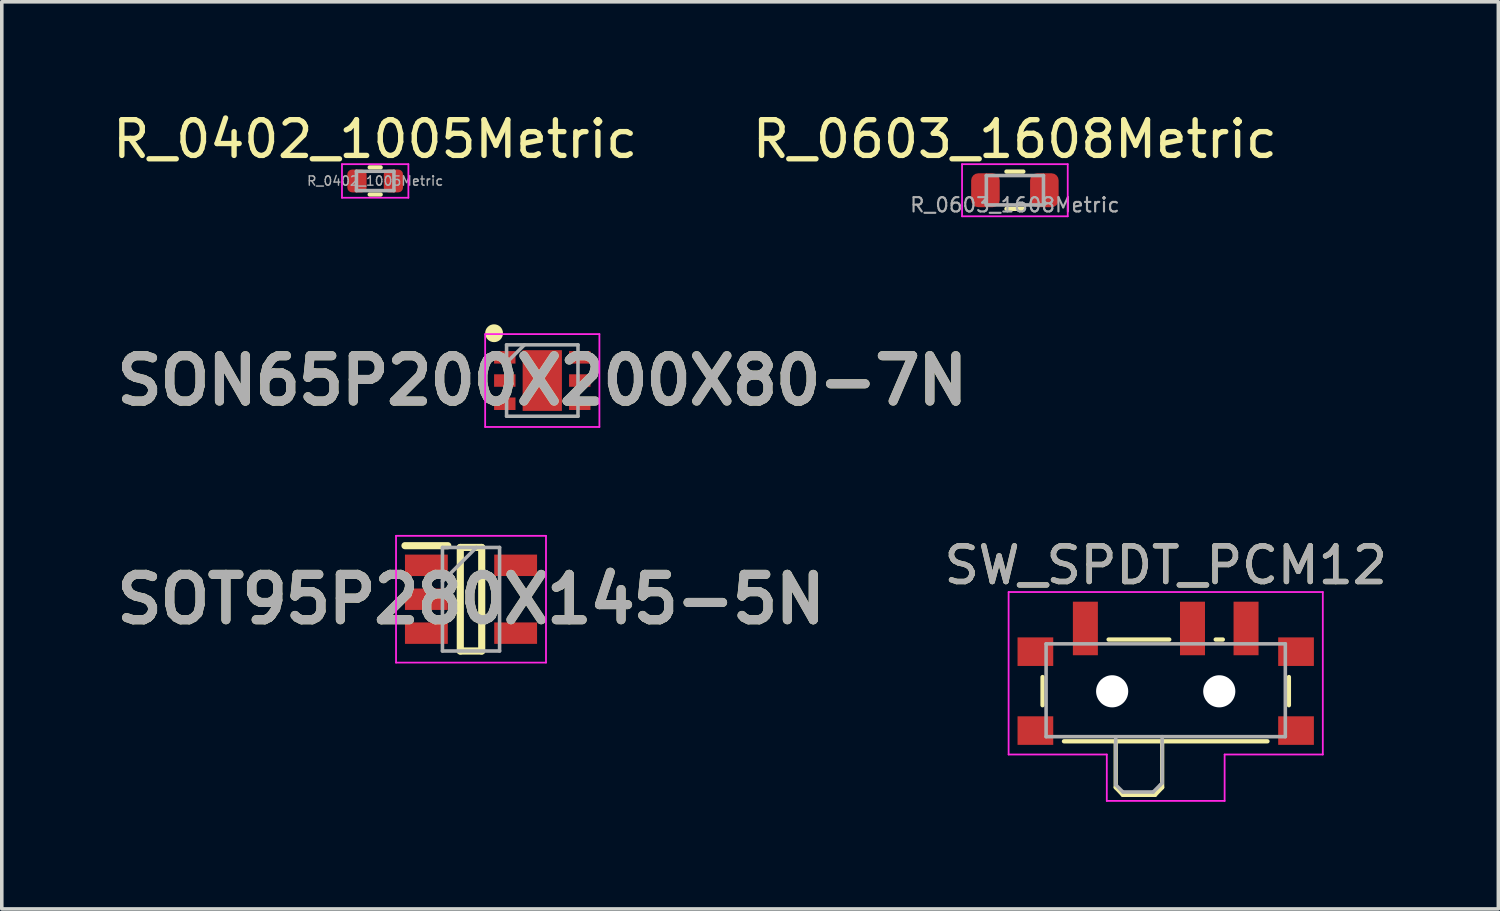
<source format=kicad_pcb>
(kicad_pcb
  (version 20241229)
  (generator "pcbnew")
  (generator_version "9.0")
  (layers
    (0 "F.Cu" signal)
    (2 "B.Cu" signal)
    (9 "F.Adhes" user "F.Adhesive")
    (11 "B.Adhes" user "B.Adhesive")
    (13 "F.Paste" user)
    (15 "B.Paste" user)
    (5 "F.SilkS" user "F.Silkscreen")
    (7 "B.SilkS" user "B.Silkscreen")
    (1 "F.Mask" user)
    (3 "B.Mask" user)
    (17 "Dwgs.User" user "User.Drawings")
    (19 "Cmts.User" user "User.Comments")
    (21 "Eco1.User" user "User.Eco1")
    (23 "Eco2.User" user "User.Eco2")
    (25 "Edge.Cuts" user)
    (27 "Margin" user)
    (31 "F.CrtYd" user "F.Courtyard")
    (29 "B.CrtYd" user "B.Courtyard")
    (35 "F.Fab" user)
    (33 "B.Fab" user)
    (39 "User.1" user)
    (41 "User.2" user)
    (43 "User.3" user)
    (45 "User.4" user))
  (footprint "R_0402_1005Metric"
    (layer "F.Cu")
    (at 7.458 2.018)
    (property "Reference" "R_0402_1005Metric" (at 0 -1.17 0) (layer "F.SilkS") (effects (font (size 1 1) (thickness 0.15))))
    (attr smd)
    (fp_line (start -0.154 -0.38) (end 0.154 -0.38) (stroke (width 0.12) (type solid)) (layer "F.SilkS"))
    (fp_line (start -0.154 0.38) (end 0.154 0.38) (stroke (width 0.12) (type solid)) (layer "F.SilkS"))
    (fp_line (start -0.93 -0.47) (end 0.93 -0.47) (stroke (width 0.05) (type solid)) (layer "F.CrtYd"))
    (fp_line (start -0.93 0.47) (end -0.93 -0.47) (stroke (width 0.05) (type solid)) (layer "F.CrtYd"))
    (fp_line (start 0.93 -0.47) (end 0.93 0.47) (stroke (width 0.05) (type solid)) (layer "F.CrtYd"))
    (fp_line (start 0.93 0.47) (end -0.93 0.47) (stroke (width 0.05) (type solid)) (layer "F.CrtYd"))
    (fp_line (start -0.525 -0.27) (end 0.525 -0.27) (stroke (width 0.1) (type solid)) (layer "F.Fab"))
    (fp_line (start -0.525 0.27) (end -0.525 -0.27) (stroke (width 0.1) (type solid)) (layer "F.Fab"))
    (fp_line (start 0.525 -0.27) (end 0.525 0.27) (stroke (width 0.1) (type solid)) (layer "F.Fab"))
    (fp_line (start 0.525 0.27) (end -0.525 0.27) (stroke (width 0.1) (type solid)) (layer "F.Fab"))
    (fp_text user "${REFERENCE}" (at 0 0 0) (layer "F.Fab") (effects (font (size 0.26 0.26) (thickness 0.04))))
    (pad "1" smd roundrect (at -0.51 0) (size 0.54 0.64) (layers "F.Cu" "F.Mask" "F.Paste") (roundrect_rratio 0.25))
    (pad "2" smd roundrect (at 0.51 0) (size 0.54 0.64) (layers "F.Cu" "F.Mask" "F.Paste") (roundrect_rratio 0.25)))
  (footprint "SOT95P280X145-5N"
    (layer "F.Cu")
    (at 10.142 13.733)
    (property "Reference" "SOT95P280X145-5N" (at 0 0 0) (layer "F.SilkS") (effects (font (size 1.27 1.27) (thickness 0.254))))
    (attr smd)
    (fp_line (start -1.85 -1.5) (end -0.65 -1.5) (stroke (width 0.2) (type solid)) (layer "F.SilkS"))
    (fp_line (start -0.3 -1.45) (end 0.3 -1.45) (stroke (width 0.2) (type solid)) (layer "F.SilkS"))
    (fp_line (start -0.3 1.45) (end -0.3 -1.45) (stroke (width 0.2) (type solid)) (layer "F.SilkS"))
    (fp_line (start 0.3 -1.45) (end 0.3 1.45) (stroke (width 0.2) (type solid)) (layer "F.SilkS"))
    (fp_line (start 0.3 1.45) (end -0.3 1.45) (stroke (width 0.2) (type solid)) (layer "F.SilkS"))
    (fp_line (start -2.1 -1.775) (end 2.1 -1.775) (stroke (width 0.05) (type solid)) (layer "F.CrtYd"))
    (fp_line (start -2.1 1.775) (end -2.1 -1.775) (stroke (width 0.05) (type solid)) (layer "F.CrtYd"))
    (fp_line (start 2.1 -1.775) (end 2.1 1.775) (stroke (width 0.05) (type solid)) (layer "F.CrtYd"))
    (fp_line (start 2.1 1.775) (end -2.1 1.775) (stroke (width 0.05) (type solid)) (layer "F.CrtYd"))
    (fp_line (start -0.8 -1.45) (end 0.8 -1.45) (stroke (width 0.1) (type solid)) (layer "F.Fab"))
    (fp_line (start -0.8 -0.5) (end 0.15 -1.45) (stroke (width 0.1) (type solid)) (layer "F.Fab"))
    (fp_line (start -0.8 1.45) (end -0.8 -1.45) (stroke (width 0.1) (type solid)) (layer "F.Fab"))
    (fp_line (start 0.8 -1.45) (end 0.8 1.45) (stroke (width 0.1) (type solid)) (layer "F.Fab"))
    (fp_line (start 0.8 1.45) (end -0.8 1.45) (stroke (width 0.1) (type solid)) (layer "F.Fab"))
    (fp_text user "${REFERENCE}" (at 0 0 0) (layer "F.Fab") (effects (font (size 1.27 1.27) (thickness 0.254))))
    (pad "1" smd rect (at -1.25 -0.95 90) (size 0.6 1.2) (layers "F.Cu" "F.Mask" "F.Paste"))
    (pad "2" smd rect (at -1.25 0 90) (size 0.6 1.2) (layers "F.Cu" "F.Mask" "F.Paste"))
    (pad "3" smd rect (at -1.25 0.95 90) (size 0.6 1.2) (layers "F.Cu" "F.Mask" "F.Paste"))
    (pad "4" smd rect (at 1.25 0.95 90) (size 0.6 1.2) (layers "F.Cu" "F.Mask" "F.Paste"))
    (pad "5" smd rect (at 1.25 -0.95 90) (size 0.6 1.2) (layers "F.Cu" "F.Mask" "F.Paste")))
  (footprint "R_0603_1608Metric"
    (layer "F.Cu")
    (at 25.375 2.278)
    (property "Reference" "R_0603_1608Metric" (at 0 -1.43 0) (layer "F.SilkS") (effects (font (size 1 1) (thickness 0.15))))
    (attr smd)
    (fp_line (start -0.237 -0.522) (end 0.237 -0.522) (stroke (width 0.12) (type solid)) (layer "F.SilkS"))
    (fp_line (start -0.237 0.522) (end 0.237 0.522) (stroke (width 0.12) (type solid)) (layer "F.SilkS"))
    (fp_line (start -1.48 -0.73) (end 1.48 -0.73) (stroke (width 0.05) (type solid)) (layer "F.CrtYd"))
    (fp_line (start -1.48 0.73) (end -1.48 -0.73) (stroke (width 0.05) (type solid)) (layer "F.CrtYd"))
    (fp_line (start 1.48 -0.73) (end 1.48 0.73) (stroke (width 0.05) (type solid)) (layer "F.CrtYd"))
    (fp_line (start 1.48 0.73) (end -1.48 0.73) (stroke (width 0.05) (type solid)) (layer "F.CrtYd"))
    (fp_line (start -0.8 -0.412) (end 0.8 -0.412) (stroke (width 0.1) (type solid)) (layer "F.Fab"))
    (fp_line (start -0.8 0.412) (end -0.8 -0.412) (stroke (width 0.1) (type solid)) (layer "F.Fab"))
    (fp_line (start 0.8 -0.412) (end 0.8 0.412) (stroke (width 0.1) (type solid)) (layer "F.Fab"))
    (fp_line (start 0.8 0.412) (end -0.8 0.412) (stroke (width 0.1) (type solid)) (layer "F.Fab"))
    (fp_text user "${REFERENCE}" (at 0 0.412 0) (layer "F.Fab") (effects (font (size 0.4 0.4) (thickness 0.06))))
    (pad "1" smd roundrect (at -0.825 0) (size 0.8 0.95) (layers "F.Cu" "F.Mask" "F.Paste") (roundrect_rratio 0.25))
    (pad "2" smd roundrect (at 0.825 0) (size 0.8 0.95) (layers "F.Cu" "F.Mask" "F.Paste") (roundrect_rratio 0.25)))
  (footprint "SW_SPDT_PCM12"
    (layer "F.Cu")
    (at 29.599 15.982)
    (property "Reference" "SW_SPDT_PCM12" (at 0 -3.2 0) (layer "F.SilkS") (effects (font (size 1 1) (thickness 0.15))))
    (attr smd)
    (fp_line (start -3.45 -0.07) (end -3.45 0.72) (stroke (width 0.12) (type solid)) (layer "F.SilkS"))
    (fp_line (start -2.85 1.73) (end 2.85 1.73) (stroke (width 0.12) (type solid)) (layer "F.SilkS"))
    (fp_line (start -1.6 -1.12) (end 0.1 -1.12) (stroke (width 0.12) (type solid)) (layer "F.SilkS"))
    (fp_line (start -1.4 1.73) (end -1.4 3.02) (stroke (width 0.12) (type solid)) (layer "F.SilkS"))
    (fp_line (start -1.4 3.02) (end -1.2 3.23) (stroke (width 0.12) (type solid)) (layer "F.SilkS"))
    (fp_line (start -1.2 3.23) (end -0.3 3.23) (stroke (width 0.12) (type solid)) (layer "F.SilkS"))
    (fp_line (start -0.1 3.02) (end -0.3 3.23) (stroke (width 0.12) (type solid)) (layer "F.SilkS"))
    (fp_line (start -0.1 3.02) (end -0.1 1.73) (stroke (width 0.12) (type solid)) (layer "F.SilkS"))
    (fp_line (start 1.4 -1.12) (end 1.6 -1.12) (stroke (width 0.12) (type solid)) (layer "F.SilkS"))
    (fp_line (start 3.45 0.72) (end 3.45 -0.07) (stroke (width 0.12) (type solid)) (layer "F.SilkS"))
    (fp_line (start -4.4 -2.45) (end 4.4 -2.45) (stroke (width 0.05) (type solid)) (layer "F.CrtYd"))
    (fp_line (start -4.4 2.1) (end -4.4 -2.45) (stroke (width 0.05) (type solid)) (layer "F.CrtYd"))
    (fp_line (start -1.65 2.1) (end -4.4 2.1) (stroke (width 0.05) (type solid)) (layer "F.CrtYd"))
    (fp_line (start -1.65 3.4) (end -1.65 2.1) (stroke (width 0.05) (type solid)) (layer "F.CrtYd"))
    (fp_line (start 1.65 2.1) (end 1.65 3.4) (stroke (width 0.05) (type solid)) (layer "F.CrtYd"))
    (fp_line (start 1.65 3.4) (end -1.65 3.4) (stroke (width 0.05) (type solid)) (layer "F.CrtYd"))
    (fp_line (start 4.4 -2.45) (end 4.4 2.1) (stroke (width 0.05) (type solid)) (layer "F.CrtYd"))
    (fp_line (start 4.4 2.1) (end 1.65 2.1) (stroke (width 0.05) (type solid)) (layer "F.CrtYd"))
    (fp_line (start -3.35 -1) (end -3.35 1.6) (stroke (width 0.1) (type solid)) (layer "F.Fab"))
    (fp_line (start -3.35 1.6) (end 3.35 1.6) (stroke (width 0.1) (type solid)) (layer "F.Fab"))
    (fp_line (start -1.4 1.65) (end -1.4 2.95) (stroke (width 0.1) (type solid)) (layer "F.Fab"))
    (fp_line (start -1.4 2.95) (end -1.2 3.15) (stroke (width 0.1) (type solid)) (layer "F.Fab"))
    (fp_line (start -1.2 3.15) (end -0.35 3.15) (stroke (width 0.1) (type solid)) (layer "F.Fab"))
    (fp_line (start -0.35 3.15) (end -0.15 2.95) (stroke (width 0.1) (type solid)) (layer "F.Fab"))
    (fp_line (start -0.15 2.95) (end -0.1 2.9) (stroke (width 0.1) (type solid)) (layer "F.Fab"))
    (fp_line (start -0.1 2.9) (end -0.1 1.6) (stroke (width 0.1) (type solid)) (layer "F.Fab"))
    (fp_line (start 3.35 -1) (end -3.35 -1) (stroke (width 0.1) (type solid)) (layer "F.Fab"))
    (fp_line (start 3.35 1.6) (end 3.35 -1) (stroke (width 0.1) (type solid)) (layer "F.Fab"))
    (fp_text user "${REFERENCE}" (at 0 -3.2 0) (layer "F.Fab") (effects (font (size 1 1) (thickness 0.15))))
    (pad "" smd rect (at -3.65 -0.78 180) (size 1 0.8) (layers "F.Cu" "F.Mask" "F.Paste"))
    (pad "" smd rect (at -3.65 1.43 180) (size 1 0.8) (layers "F.Cu" "F.Mask" "F.Paste"))
    (pad "" np_thru_hole circle (at -1.5 0.33 180) (size 0.9 0.9) (drill 0.9) (layers "*.Cu" "*.Mask"))
    (pad "" np_thru_hole circle (at 1.5 0.33 180) (size 0.9 0.9) (drill 0.9) (layers "*.Cu" "*.Mask"))
    (pad "" smd rect (at 3.65 -0.78 180) (size 1 0.8) (layers "F.Cu" "F.Mask" "F.Paste"))
    (pad "" smd rect (at 3.65 1.43 180) (size 1 0.8) (layers "F.Cu" "F.Mask" "F.Paste"))
    (pad "1" smd rect (at -2.25 -1.43 180) (size 0.7 1.5) (layers "F.Cu" "F.Mask" "F.Paste"))
    (pad "2" smd rect (at 0.75 -1.43 180) (size 0.7 1.5) (layers "F.Cu" "F.Mask" "F.Paste"))
    (pad "3" smd rect (at 2.25 -1.43 180) (size 0.7 1.5) (layers "F.Cu" "F.Mask" "F.Paste")))
  (footprint "SON65P200X200X80-7N"
    (layer "F.Cu")
    (at 12.138 7.608)
    (property "Reference" "SON65P200X200X80-7N" (at 0 0 0) (layer "F.SilkS") (effects (font (size 1.27 1.27) (thickness 0.254))))
    (attr smd)
    (fp_circle (center -1.35 -1.325) (end -1.35 -1.2) (stroke (width 0.25) (type solid)) (fill no) (layer "F.SilkS"))
    (fp_line (start -1.6 -1.3) (end 1.6 -1.3) (stroke (width 0.05) (type solid)) (layer "F.CrtYd"))
    (fp_line (start -1.6 1.3) (end -1.6 -1.3) (stroke (width 0.05) (type solid)) (layer "F.CrtYd"))
    (fp_line (start 1.6 -1.3) (end 1.6 1.3) (stroke (width 0.05) (type solid)) (layer "F.CrtYd"))
    (fp_line (start 1.6 1.3) (end -1.6 1.3) (stroke (width 0.05) (type solid)) (layer "F.CrtYd"))
    (fp_line (start -1 -1) (end 1 -1) (stroke (width 0.1) (type solid)) (layer "F.Fab"))
    (fp_line (start -1 -0.5) (end -0.5 -1) (stroke (width 0.1) (type solid)) (layer "F.Fab"))
    (fp_line (start -1 1) (end -1 -1) (stroke (width 0.1) (type solid)) (layer "F.Fab"))
    (fp_line (start 1 -1) (end 1 1) (stroke (width 0.1) (type solid)) (layer "F.Fab"))
    (fp_line (start 1 1) (end -1 1) (stroke (width 0.1) (type solid)) (layer "F.Fab"))
    (fp_text user "${REFERENCE}" (at 0 0 0) (layer "F.Fab") (effects (font (size 1.27 1.27) (thickness 0.254))))
    (pad "1" smd rect (at -1.05 -0.65 90) (size 0.35 0.6) (layers "F.Cu" "F.Mask" "F.Paste"))
    (pad "2" smd rect (at -1.05 0 90) (size 0.35 0.6) (layers "F.Cu" "F.Mask" "F.Paste"))
    (pad "3" smd rect (at -1.05 0.65 90) (size 0.35 0.6) (layers "F.Cu" "F.Mask" "F.Paste"))
    (pad "4" smd rect (at 1.05 0.65 90) (size 0.35 0.6) (layers "F.Cu" "F.Mask" "F.Paste"))
    (pad "5" smd rect (at 1.05 0 90) (size 0.35 0.6) (layers "F.Cu" "F.Mask" "F.Paste"))
    (pad "6" smd rect (at 1.05 -0.65 90) (size 0.35 0.6) (layers "F.Cu" "F.Mask" "F.Paste"))
    (pad "7" smd rect (at 0 0) (size 1.1 1.7) (layers "F.Cu" "F.Mask" "F.Paste")))
  (gr_rect
    (start -3 -3)
    (end 38.915 22.407)
    (stroke (width 0.1) (type default))
    (fill no)
    (layer "Edge.Cuts")))
</source>
